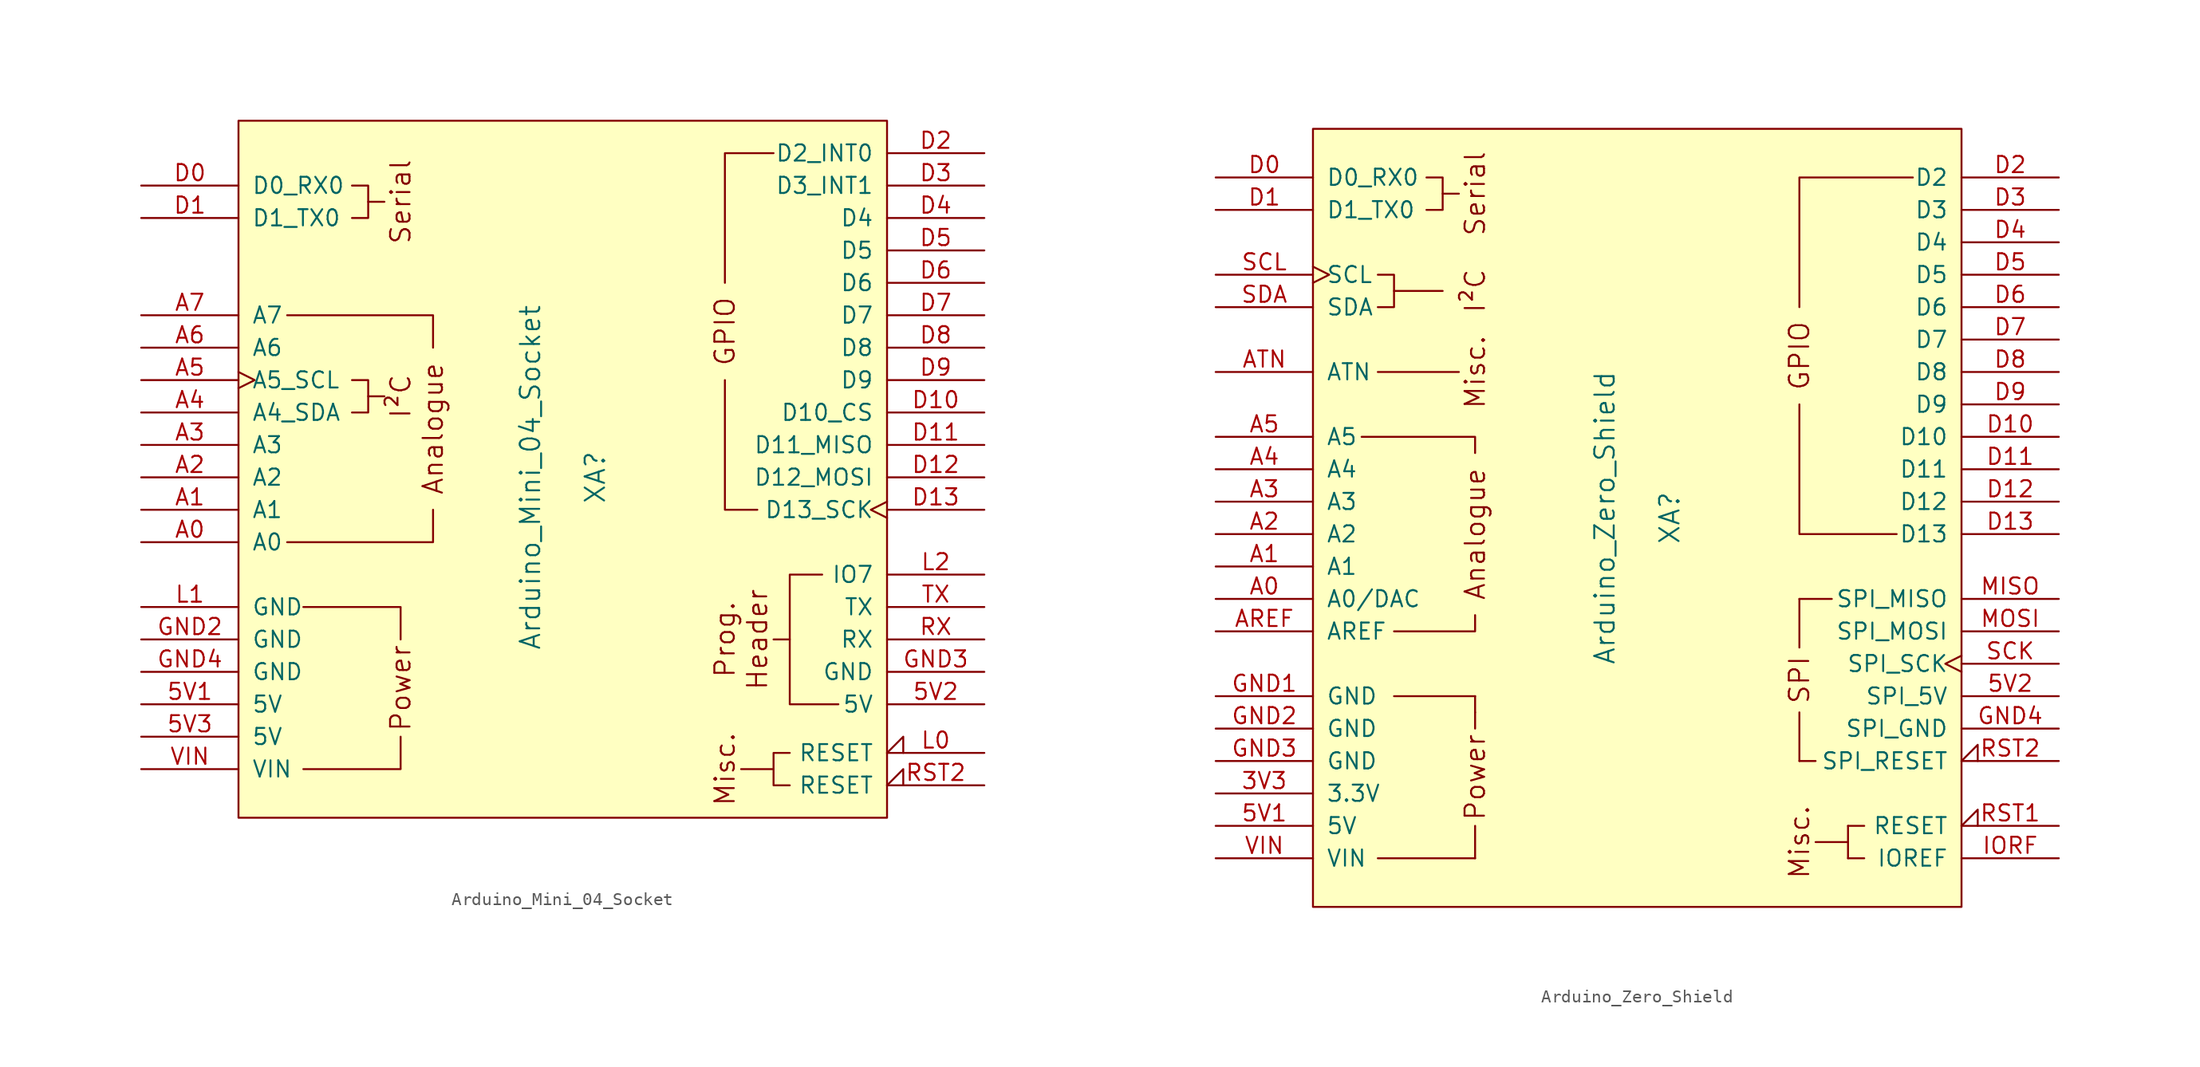
<source format=kicad_sym>
(kicad_symbol_lib
  (version 20211014)
  (generator kicad_symbol_editor)
  (symbol "Arduino_Mini_04_Socket"
    (pin_names
      (offset 1.016))
    (property "Reference" "XA"
      (at 2.54 0 90)
      (effects (font (size 1.524 1.524))))
    (property "Value" "Arduino_Mini_04_Socket"
      (at -2.54 0 90)
      (effects (font (size 1.524 1.524))))
    (symbol "Arduino_Mini_04_Socket_0_0"
      (rectangle (start -25.4 27.94) (end 25.4 -26.67) (stroke (width 0) (type default) (color 0 0 0 0)) (fill (type background)))
      (polyline (pts (xy -15.24 6.35) (xy -13.97 6.35)) (stroke (width 0) (type default) (color 0 0 0 0)) (fill (type none)))
      (polyline (pts (xy -15.24 21.59) (xy -13.97 21.59)) (stroke (width 0) (type default) (color 0 0 0 0)) (fill (type none)))
      (polyline (pts (xy 16.51 -22.86) (xy 13.97 -22.86)) (stroke (width 0) (type default) (color 0 0 0 0)) (fill (type none)))
      (polyline (pts (xy -20.32 -22.86) (xy -12.7 -22.86) (xy -12.7 -20.32)) (stroke (width 0) (type default) (color 0 0 0 0)) (fill (type none)))
      (polyline (pts (xy -12.7 -12.7) (xy -12.7 -10.16) (xy -20.32 -10.16)) (stroke (width 0) (type default) (color 0 0 0 0)) (fill (type none)))
      (polyline (pts (xy -10.16 -2.54) (xy -10.16 -5.08) (xy -21.59 -5.08)) (stroke (width 0) (type default) (color 0 0 0 0)) (fill (type none)))
      (polyline (pts (xy -10.16 10.16) (xy -10.16 12.7) (xy -21.59 12.7)) (stroke (width 0) (type default) (color 0 0 0 0)) (fill (type none)))
      (polyline (pts (xy 17.78 -12.7) (xy 17.78 -17.78) (xy 21.59 -17.78)) (stroke (width 0) (type default) (color 0 0 0 0)) (fill (type none)))
      (polyline (pts (xy -16.51 7.62) (xy -15.24 7.62) (xy -15.24 5.08) (xy -16.51 5.08)) (stroke (width 0) (type default) (color 0 0 0 0)) (fill (type none)))
      (polyline (pts (xy -16.51 22.86) (xy -15.24 22.86) (xy -15.24 20.32) (xy -16.51 20.32)) (stroke (width 0) (type default) (color 0 0 0 0)) (fill (type none)))
      (polyline (pts (xy 20.32 -7.62) (xy 17.78 -7.62) (xy 17.78 -12.7) (xy 16.51 -12.7)) (stroke (width 0) (type default) (color 0 0 0 0)) (fill (type none)))
      (text "Analogue" (at -10.16 3.81 900) (effects (font (size 1.524 1.524))))
      (text "Header" (at 15.24 -12.7 900) (effects (font (size 1.524 1.524))))
      (text "I²C" (at -12.7 6.35 900) (effects (font (size 1.524 1.524))))
      (text "Misc." (at 12.7 -22.86 900) (effects (font (size 1.524 1.524))))
      (text "Power" (at -12.7 -16.51 900) (effects (font (size 1.524 1.524))))
      (text "Prog." (at 12.7 -12.7 900) (effects (font (size 1.524 1.524))))
      (text "Serial" (at -12.7 21.59 900) (effects (font (size 1.524 1.524)))))
    (symbol "Arduino_Mini_04_Socket_0_1"
      (polyline (pts (xy 15.24 -2.54) (xy 12.7 -2.54) (xy 12.7 7.62)) (stroke (width 0) (type default) (color 0 0 0 0)) (fill (type none)))
      (polyline (pts (xy 16.51 25.4) (xy 12.7 25.4) (xy 12.7 15.24)) (stroke (width 0) (type default) (color 0 0 0 0)) (fill (type none)))
      (polyline (pts (xy 17.78 -21.59) (xy 16.51 -21.59) (xy 16.51 -24.13) (xy 17.78 -24.13)) (stroke (width 0) (type default) (color 0 0 0 0)) (fill (type none))))
    (symbol "Arduino_Mini_04_Socket_1_0"
      (text "GPIO" (at 12.7 11.43 900) (effects (font (size 1.524 1.524)))))
    (symbol "Arduino_Mini_04_Socket_1_1"
      (pin power_in line (at -33.02 -17.78 0) (length 7.62) (name "5V" (effects (font (size 1.27 1.27)))) (number "5V1" (effects (font (size 1.27 1.27)))))
      (pin power_in line (at 33.02 -17.78 180) (length 7.62) (name "5V" (effects (font (size 1.27 1.27)))) (number "5V2" (effects (font (size 1.27 1.27)))))
      (pin power_in line (at -33.02 -20.32 0) (length 7.62) (name "5V" (effects (font (size 1.27 1.27)))) (number "5V3" (effects (font (size 1.27 1.27)))))
      (pin bidirectional line (at -33.02 -5.08 0) (length 7.62) (name "A0" (effects (font (size 1.27 1.27)))) (number "A0" (effects (font (size 1.27 1.27)))))
      (pin bidirectional line (at -33.02 -2.54 0) (length 7.62) (name "A1" (effects (font (size 1.27 1.27)))) (number "A1" (effects (font (size 1.27 1.27)))))
      (pin bidirectional line (at -33.02 0 0) (length 7.62) (name "A2" (effects (font (size 1.27 1.27)))) (number "A2" (effects (font (size 1.27 1.27)))))
      (pin bidirectional line (at -33.02 2.54 0) (length 7.62) (name "A3" (effects (font (size 1.27 1.27)))) (number "A3" (effects (font (size 1.27 1.27)))))
      (pin bidirectional line (at -33.02 5.08 0) (length 7.62) (name "A4_SDA" (effects (font (size 1.27 1.27)))) (number "A4" (effects (font (size 1.27 1.27)))))
      (pin bidirectional clock (at -33.02 7.62 0) (length 7.62) (name "A5_SCL" (effects (font (size 1.27 1.27)))) (number "A5" (effects (font (size 1.27 1.27)))))
      (pin input line (at -33.02 10.16 0) (length 7.62) (name "A6" (effects (font (size 1.27 1.27)))) (number "A6" (effects (font (size 1.27 1.27)))))
      (pin input line (at -33.02 12.7 0) (length 7.62) (name "A7" (effects (font (size 1.27 1.27)))) (number "A7" (effects (font (size 1.27 1.27)))))
      (pin bidirectional line (at -33.02 22.86 0) (length 7.62) (name "D0_RX0" (effects (font (size 1.27 1.27)))) (number "D0" (effects (font (size 1.27 1.27)))))
      (pin bidirectional line (at -33.02 20.32 0) (length 7.62) (name "D1_TX0" (effects (font (size 1.27 1.27)))) (number "D1" (effects (font (size 1.27 1.27)))))
      (pin bidirectional line (at 33.02 5.08 180) (length 7.62) (name "D10_CS" (effects (font (size 1.27 1.27)))) (number "D10" (effects (font (size 1.27 1.27)))))
      (pin bidirectional line (at 33.02 2.54 180) (length 7.62) (name "D11_MISO" (effects (font (size 1.27 1.27)))) (number "D11" (effects (font (size 1.27 1.27)))))
      (pin bidirectional line (at 33.02 0 180) (length 7.62) (name "D12_MOSI" (effects (font (size 1.27 1.27)))) (number "D12" (effects (font (size 1.27 1.27)))))
      (pin bidirectional clock (at 33.02 -2.54 180) (length 7.62) (name "D13_SCK" (effects (font (size 1.27 1.27)))) (number "D13" (effects (font (size 1.27 1.27)))))
      (pin bidirectional line (at 33.02 25.4 180) (length 7.62) (name "D2_INT0" (effects (font (size 1.27 1.27)))) (number "D2" (effects (font (size 1.27 1.27)))))
      (pin bidirectional line (at 33.02 22.86 180) (length 7.62) (name "D3_INT1" (effects (font (size 1.27 1.27)))) (number "D3" (effects (font (size 1.27 1.27)))))
      (pin bidirectional line (at 33.02 20.32 180) (length 7.62) (name "D4" (effects (font (size 1.27 1.27)))) (number "D4" (effects (font (size 1.27 1.27)))))
      (pin bidirectional line (at 33.02 17.78 180) (length 7.62) (name "D5" (effects (font (size 1.27 1.27)))) (number "D5" (effects (font (size 1.27 1.27)))))
      (pin bidirectional line (at 33.02 15.24 180) (length 7.62) (name "D6" (effects (font (size 1.27 1.27)))) (number "D6" (effects (font (size 1.27 1.27)))))
      (pin bidirectional line (at 33.02 12.7 180) (length 7.62) (name "D7" (effects (font (size 1.27 1.27)))) (number "D7" (effects (font (size 1.27 1.27)))))
      (pin bidirectional line (at 33.02 10.16 180) (length 7.62) (name "D8" (effects (font (size 1.27 1.27)))) (number "D8" (effects (font (size 1.27 1.27)))))
      (pin bidirectional line (at 33.02 7.62 180) (length 7.62) (name "D9" (effects (font (size 1.27 1.27)))) (number "D9" (effects (font (size 1.27 1.27)))))
      (pin power_in line (at -33.02 -12.7 0) (length 7.62) (name "GND" (effects (font (size 1.27 1.27)))) (number "GND2" (effects (font (size 1.27 1.27)))))
      (pin power_in line (at 33.02 -15.24 180) (length 7.62) (name "GND" (effects (font (size 1.27 1.27)))) (number "GND3" (effects (font (size 1.27 1.27)))))
      (pin power_in line (at -33.02 -15.24 0) (length 7.62) (name "GND" (effects (font (size 1.27 1.27)))) (number "GND4" (effects (font (size 1.27 1.27)))))
      (pin open_collector input_low (at 33.02 -21.59 180) (length 7.62) (name "RESET" (effects (font (size 1.27 1.27)))) (number "L0" (effects (font (size 1.27 1.27)))))
      (pin power_in line (at -33.02 -10.16 0) (length 7.62) (name "GND" (effects (font (size 1.27 1.27)))) (number "L1" (effects (font (size 1.27 1.27)))))
      (pin bidirectional line (at 33.02 -7.62 180) (length 7.62) (name "IO7" (effects (font (size 1.27 1.27)))) (number "L2" (effects (font (size 1.27 1.27)))))
      (pin open_collector input_low (at 33.02 -24.13 180) (length 7.62) (name "RESET" (effects (font (size 1.27 1.27)))) (number "RST2" (effects (font (size 1.27 1.27)))))
      (pin bidirectional line (at 33.02 -12.7 180) (length 7.62) (name "RX" (effects (font (size 1.27 1.27)))) (number "RX" (effects (font (size 1.27 1.27)))))
      (pin bidirectional line (at 33.02 -10.16 180) (length 7.62) (name "TX" (effects (font (size 1.27 1.27)))) (number "TX" (effects (font (size 1.27 1.27)))))
      (pin power_in line (at -33.02 -22.86 0) (length 7.62) (name "VIN" (effects (font (size 1.27 1.27)))) (number "VIN" (effects (font (size 1.27 1.27)))))))
  (symbol "Arduino_Zero_Shield"
    (pin_names
      (offset 1.016))
    (property "Reference" "XA"
      (at 2.54 0 90)
      (effects (font (size 1.524 1.524))))
    (property "Value" "Arduino_Zero_Shield"
      (at -2.54 0 90)
      (effects (font (size 1.524 1.524))))
    (symbol "Arduino_Zero_Shield_0_0"
      (rectangle (start -25.4 30.48) (end 25.4 -30.48) (stroke (width 0) (type default) (color 0 0 0 0)) (fill (type background)))
      (rectangle (start -20.32 -26.67) (end -12.7 -26.67) (stroke (width 0) (type default) (color 0 0 0 0)) (fill (type none)))
      (rectangle (start -19.05 -13.97) (end -12.7 -13.97) (stroke (width 0) (type default) (color 0 0 0 0)) (fill (type none)))
      (polyline (pts (xy -19.05 17.78) (xy -15.24 17.78)) (stroke (width 0) (type default) (color 0 0 0 0)) (fill (type none)))
      (polyline (pts (xy -15.24 25.4) (xy -13.97 25.4)) (stroke (width 0) (type default) (color 0 0 0 0)) (fill (type none)))
      (polyline (pts (xy -13.97 11.43) (xy -20.32 11.43)) (stroke (width 0) (type default) (color 0 0 0 0)) (fill (type none)))
      (polyline (pts (xy -12.7 -26.67) (xy -12.7 -24.13)) (stroke (width 0) (type default) (color 0 0 0 0)) (fill (type none)))
      (polyline (pts (xy -12.7 -15.24) (xy -12.7 -16.51)) (stroke (width 0) (type default) (color 0 0 0 0)) (fill (type none)))
      (polyline (pts (xy -12.7 -13.97) (xy -12.7 -15.24)) (stroke (width 0) (type default) (color 0 0 0 0)) (fill (type none)))
      (polyline (pts (xy -12.7 -7.62) (xy -12.7 -8.89) (xy -19.05 -8.89)) (stroke (width 0) (type default) (color 0 0 0 0)) (fill (type none)))
      (polyline (pts (xy -12.7 5.08) (xy -12.7 6.35) (xy -21.59 6.35)) (stroke (width 0) (type default) (color 0 0 0 0)) (fill (type none)))
      (polyline (pts (xy 12.7 8.89) (xy 12.7 -1.27) (xy 20.32 -1.27)) (stroke (width 0) (type default) (color 0 0 0 0)) (fill (type none)))
      (polyline (pts (xy 12.7 16.51) (xy 12.7 26.67) (xy 21.59 26.67)) (stroke (width 0) (type default) (color 0 0 0 0)) (fill (type none)))
      (polyline (pts (xy -20.32 19.05) (xy -19.05 19.05) (xy -19.05 16.51) (xy -20.32 16.51)) (stroke (width 0) (type default) (color 0 0 0 0)) (fill (type none)))
      (polyline (pts (xy -16.51 26.67) (xy -15.24 26.67) (xy -15.24 24.13) (xy -16.51 24.13)) (stroke (width 0) (type default) (color 0 0 0 0)) (fill (type none)))
      (rectangle (start 12.7 -19.05) (end 12.7 -15.24) (stroke (width 0) (type default) (color 0 0 0 0)) (fill (type none)))
      (rectangle (start 12.7 -10.16) (end 12.7 -6.35) (stroke (width 0) (type default) (color 0 0 0 0)) (fill (type none)))
      (rectangle (start 13.97 -19.05) (end 12.7 -19.05) (stroke (width 0) (type default) (color 0 0 0 0)) (fill (type none)))
      (rectangle (start 15.24 -6.35) (end 12.7 -6.35) (stroke (width 0) (type default) (color 0 0 0 0)) (fill (type none)))
      (rectangle (start 16.51 -25.4) (end 13.97 -25.4) (stroke (width 0) (type default) (color 0 0 0 0)) (fill (type none)))
      (rectangle (start 16.51 -24.13) (end 16.51 -26.67) (stroke (width 0) (type default) (color 0 0 0 0)) (fill (type none)))
      (rectangle (start 17.78 -26.67) (end 16.51 -26.67) (stroke (width 0) (type default) (color 0 0 0 0)) (fill (type none)))
      (rectangle (start 17.78 -24.13) (end 16.51 -24.13) (stroke (width 0) (type default) (color 0 0 0 0)) (fill (type none)))
      (text "Analogue" (at -12.7 -1.27 900) (effects (font (size 1.524 1.524))))
      (text "I²C" (at -12.7 17.78 900) (effects (font (size 1.524 1.524))))
      (text "Misc." (at -12.7 11.43 900) (effects (font (size 1.524 1.524))))
      (text "Misc." (at 12.7 -25.4 900) (effects (font (size 1.524 1.524))))
      (text "Power" (at -12.7 -20.32 900) (effects (font (size 1.524 1.524))))
      (text "Serial" (at -12.7 25.4 900) (effects (font (size 1.524 1.524))))
      (text "SPI" (at 12.7 -12.7 900) (effects (font (size 1.524 1.524)))))
    (symbol "Arduino_Zero_Shield_1_0"
      (text "GPIO" (at 12.7 12.7 900) (effects (font (size 1.524 1.524)))))
    (symbol "Arduino_Zero_Shield_1_1"
      (pin power_in line (at -33.02 -21.59 0) (length 7.62) (name "3.3V" (effects (font (size 1.27 1.27)))) (number "3V3" (effects (font (size 1.27 1.27)))))
      (pin power_in line (at -33.02 -24.13 0) (length 7.62) (name "5V" (effects (font (size 1.27 1.27)))) (number "5V1" (effects (font (size 1.27 1.27)))))
      (pin power_in line (at 33.02 -13.97 180) (length 7.62) (name "SPI_5V" (effects (font (size 1.27 1.27)))) (number "5V2" (effects (font (size 1.27 1.27)))))
      (pin bidirectional line (at -33.02 -6.35 0) (length 7.62) (name "A0/DAC" (effects (font (size 1.27 1.27)))) (number "A0" (effects (font (size 1.27 1.27)))))
      (pin bidirectional line (at -33.02 -3.81 0) (length 7.62) (name "A1" (effects (font (size 1.27 1.27)))) (number "A1" (effects (font (size 1.27 1.27)))))
      (pin bidirectional line (at -33.02 -1.27 0) (length 7.62) (name "A2" (effects (font (size 1.27 1.27)))) (number "A2" (effects (font (size 1.27 1.27)))))
      (pin bidirectional line (at -33.02 1.27 0) (length 7.62) (name "A3" (effects (font (size 1.27 1.27)))) (number "A3" (effects (font (size 1.27 1.27)))))
      (pin bidirectional line (at -33.02 3.81 0) (length 7.62) (name "A4" (effects (font (size 1.27 1.27)))) (number "A4" (effects (font (size 1.27 1.27)))))
      (pin bidirectional line (at -33.02 6.35 0) (length 7.62) (name "A5" (effects (font (size 1.27 1.27)))) (number "A5" (effects (font (size 1.27 1.27)))))
      (pin input line (at -33.02 -8.89 0) (length 7.62) (name "AREF" (effects (font (size 1.27 1.27)))) (number "AREF" (effects (font (size 1.27 1.27)))))
      (pin bidirectional line (at -33.02 11.43 0) (length 7.62) (name "ATN" (effects (font (size 1.27 1.27)))) (number "ATN" (effects (font (size 1.27 1.27)))))
      (pin bidirectional line (at -33.02 26.67 0) (length 7.62) (name "D0_RX0" (effects (font (size 1.27 1.27)))) (number "D0" (effects (font (size 1.27 1.27)))))
      (pin bidirectional line (at -33.02 24.13 0) (length 7.62) (name "D1_TX0" (effects (font (size 1.27 1.27)))) (number "D1" (effects (font (size 1.27 1.27)))))
      (pin bidirectional line (at 33.02 6.35 180) (length 7.62) (name "D10" (effects (font (size 1.27 1.27)))) (number "D10" (effects (font (size 1.27 1.27)))))
      (pin bidirectional line (at 33.02 3.81 180) (length 7.62) (name "D11" (effects (font (size 1.27 1.27)))) (number "D11" (effects (font (size 1.27 1.27)))))
      (pin bidirectional line (at 33.02 1.27 180) (length 7.62) (name "D12" (effects (font (size 1.27 1.27)))) (number "D12" (effects (font (size 1.27 1.27)))))
      (pin bidirectional line (at 33.02 -1.27 180) (length 7.62) (name "D13" (effects (font (size 1.27 1.27)))) (number "D13" (effects (font (size 1.27 1.27)))))
      (pin bidirectional line (at 33.02 26.67 180) (length 7.62) (name "D2" (effects (font (size 1.27 1.27)))) (number "D2" (effects (font (size 1.27 1.27)))))
      (pin bidirectional line (at 33.02 24.13 180) (length 7.62) (name "D3" (effects (font (size 1.27 1.27)))) (number "D3" (effects (font (size 1.27 1.27)))))
      (pin bidirectional line (at 33.02 21.59 180) (length 7.62) (name "D4" (effects (font (size 1.27 1.27)))) (number "D4" (effects (font (size 1.27 1.27)))))
      (pin bidirectional line (at 33.02 19.05 180) (length 7.62) (name "D5" (effects (font (size 1.27 1.27)))) (number "D5" (effects (font (size 1.27 1.27)))))
      (pin bidirectional line (at 33.02 16.51 180) (length 7.62) (name "D6" (effects (font (size 1.27 1.27)))) (number "D6" (effects (font (size 1.27 1.27)))))
      (pin bidirectional line (at 33.02 13.97 180) (length 7.62) (name "D7" (effects (font (size 1.27 1.27)))) (number "D7" (effects (font (size 1.27 1.27)))))
      (pin bidirectional line (at 33.02 11.43 180) (length 7.62) (name "D8" (effects (font (size 1.27 1.27)))) (number "D8" (effects (font (size 1.27 1.27)))))
      (pin bidirectional line (at 33.02 8.89 180) (length 7.62) (name "D9" (effects (font (size 1.27 1.27)))) (number "D9" (effects (font (size 1.27 1.27)))))
      (pin power_in line (at -33.02 -13.97 0) (length 7.62) (name "GND" (effects (font (size 1.27 1.27)))) (number "GND1" (effects (font (size 1.27 1.27)))))
      (pin power_in line (at -33.02 -16.51 0) (length 7.62) (name "GND" (effects (font (size 1.27 1.27)))) (number "GND2" (effects (font (size 1.27 1.27)))))
      (pin power_in line (at -33.02 -19.05 0) (length 7.62) (name "GND" (effects (font (size 1.27 1.27)))) (number "GND3" (effects (font (size 1.27 1.27)))))
      (pin power_in line (at 33.02 -16.51 180) (length 7.62) (name "SPI_GND" (effects (font (size 1.27 1.27)))) (number "GND4" (effects (font (size 1.27 1.27)))))
      (pin output line (at 33.02 -26.67 180) (length 7.62) (name "IOREF" (effects (font (size 1.27 1.27)))) (number "IORF" (effects (font (size 1.27 1.27)))))
      (pin input line (at 33.02 -6.35 180) (length 7.62) (name "SPI_MISO" (effects (font (size 1.27 1.27)))) (number "MISO" (effects (font (size 1.27 1.27)))))
      (pin output line (at 33.02 -8.89 180) (length 7.62) (name "SPI_MOSI" (effects (font (size 1.27 1.27)))) (number "MOSI" (effects (font (size 1.27 1.27)))))
      (pin open_collector input_low (at 33.02 -24.13 180) (length 7.62) (name "RESET" (effects (font (size 1.27 1.27)))) (number "RST1" (effects (font (size 1.27 1.27)))))
      (pin open_collector input_low (at 33.02 -19.05 180) (length 7.62) (name "SPI_RESET" (effects (font (size 1.27 1.27)))) (number "RST2" (effects (font (size 1.27 1.27)))))
      (pin output clock (at 33.02 -11.43 180) (length 7.62) (name "SPI_SCK" (effects (font (size 1.27 1.27)))) (number "SCK" (effects (font (size 1.27 1.27)))))
      (pin bidirectional clock (at -33.02 19.05 0) (length 7.62) (name "SCL" (effects (font (size 1.27 1.27)))) (number "SCL" (effects (font (size 1.27 1.27)))))
      (pin bidirectional line (at -33.02 16.51 0) (length 7.62) (name "SDA" (effects (font (size 1.27 1.27)))) (number "SDA" (effects (font (size 1.27 1.27)))))
      (pin power_in line (at -33.02 -26.67 0) (length 7.62) (name "VIN" (effects (font (size 1.27 1.27)))) (number "VIN" (effects (font (size 1.27 1.27))))))))
</source>
